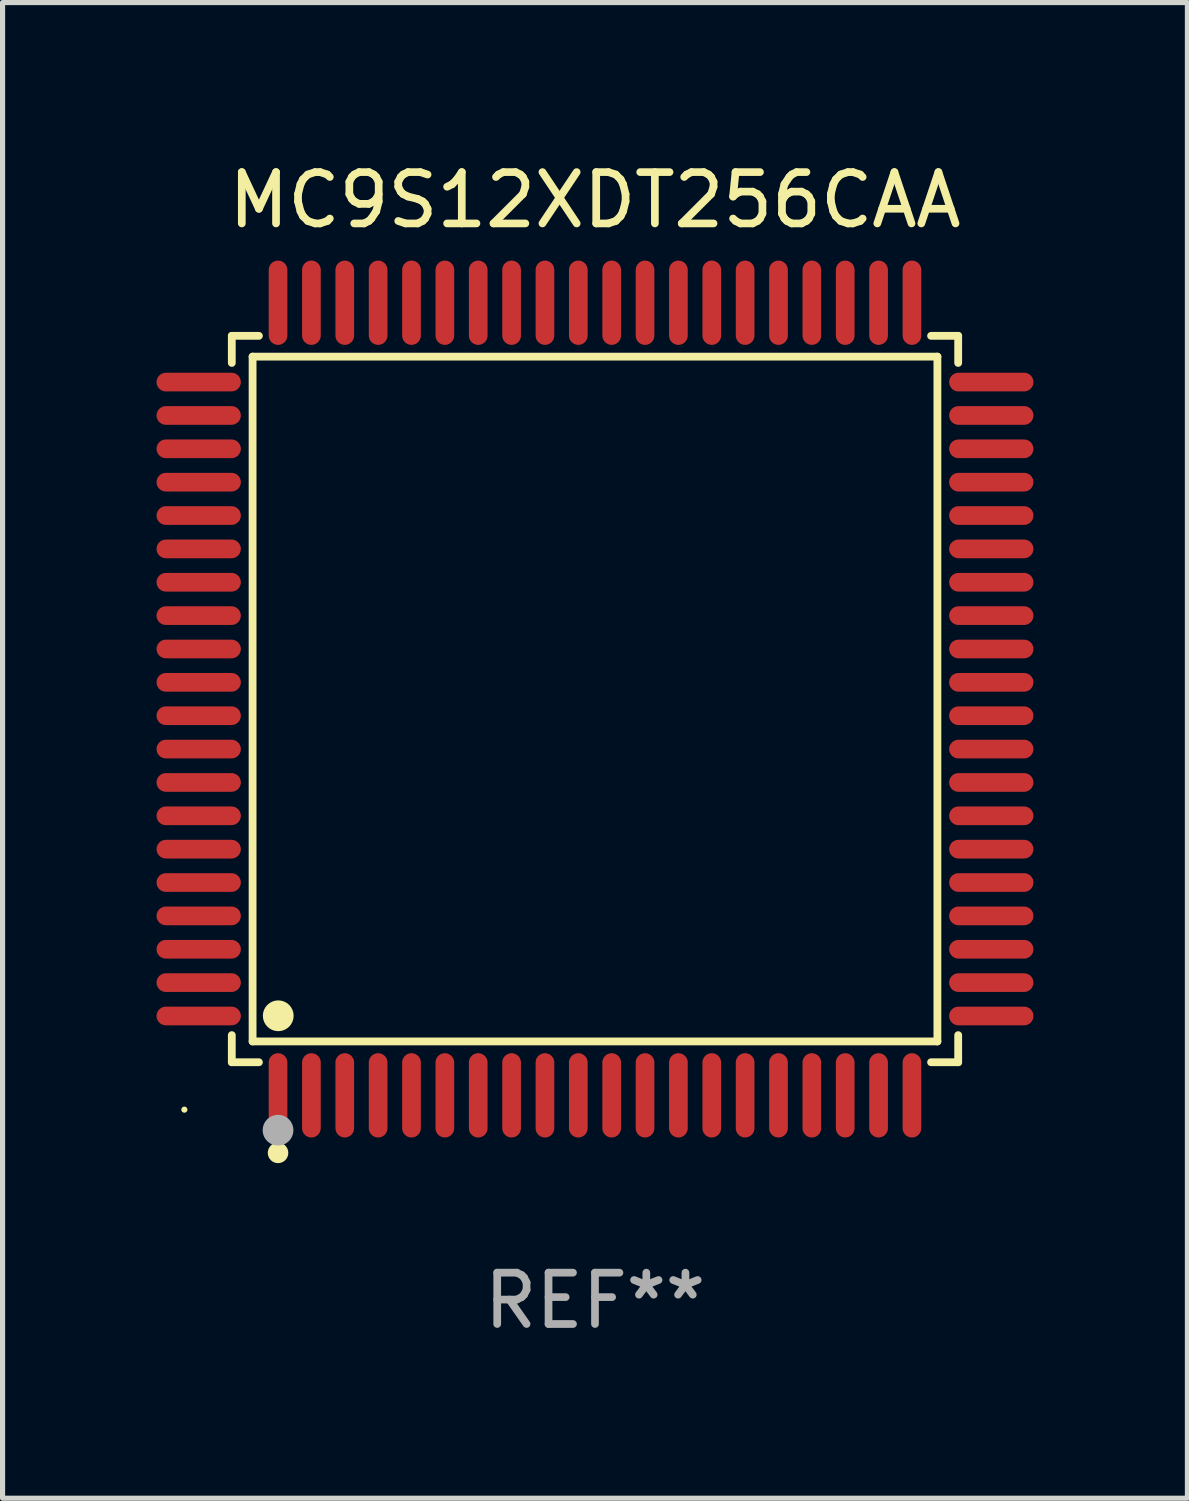
<source format=kicad_pcb>
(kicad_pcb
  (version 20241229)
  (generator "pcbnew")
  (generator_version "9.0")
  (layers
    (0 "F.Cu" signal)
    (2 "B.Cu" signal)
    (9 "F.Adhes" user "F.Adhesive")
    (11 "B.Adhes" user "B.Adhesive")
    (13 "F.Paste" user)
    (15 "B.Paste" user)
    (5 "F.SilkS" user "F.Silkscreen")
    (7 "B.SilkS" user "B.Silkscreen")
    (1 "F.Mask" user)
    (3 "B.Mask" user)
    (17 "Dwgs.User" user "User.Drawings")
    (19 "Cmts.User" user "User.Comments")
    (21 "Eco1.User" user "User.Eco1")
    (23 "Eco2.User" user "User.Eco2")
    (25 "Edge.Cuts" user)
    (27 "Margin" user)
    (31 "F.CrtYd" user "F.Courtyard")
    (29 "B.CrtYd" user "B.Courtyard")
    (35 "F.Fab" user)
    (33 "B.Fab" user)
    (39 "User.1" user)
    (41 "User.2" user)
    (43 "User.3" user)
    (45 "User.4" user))
  (footprint "MC9S12XDT256CAA"
    (layer "F.Cu")
    (at 8.542 10.569)
    (property "Reference" "MC9S12XDT256CAA" (at 0 -9.721 0) (layer "F.SilkS") (effects (font (size 1 1) (thickness 0.15))))
    (attr through_hole)
    (fp_line (start -7.076 -7.076) (end -6.548 -7.076) (stroke (width 0.152) (type solid)) (layer "F.SilkS"))
    (fp_line (start -7.076 -6.548) (end -7.076 -7.076) (stroke (width 0.152) (type solid)) (layer "F.SilkS"))
    (fp_line (start -7.076 6.548) (end -7.076 7.076) (stroke (width 0.152) (type solid)) (layer "F.SilkS"))
    (fp_line (start -7.076 7.076) (end -6.548 7.076) (stroke (width 0.152) (type solid)) (layer "F.SilkS"))
    (fp_line (start -6.671 -6.671) (end 6.671 -6.671) (stroke (width 0.152) (type solid)) (layer "F.SilkS"))
    (fp_line (start -6.671 6.671) (end -6.671 -6.671) (stroke (width 0.152) (type solid)) (layer "F.SilkS"))
    (fp_line (start 6.671 -6.671) (end 6.671 6.671) (stroke (width 0.152) (type solid)) (layer "F.SilkS"))
    (fp_line (start 6.671 6.671) (end -6.671 6.671) (stroke (width 0.152) (type solid)) (layer "F.SilkS"))
    (fp_line (start 7.076 -7.076) (end 6.548 -7.076) (stroke (width 0.152) (type solid)) (layer "F.SilkS"))
    (fp_line (start 7.076 -6.548) (end 7.076 -7.076) (stroke (width 0.152) (type solid)) (layer "F.SilkS"))
    (fp_line (start 7.076 6.548) (end 7.076 7.076) (stroke (width 0.152) (type solid)) (layer "F.SilkS"))
    (fp_line (start 7.076 7.076) (end 6.548 7.076) (stroke (width 0.152) (type solid)) (layer "F.SilkS"))
    (fp_circle (center -8 8) (end -7.97 8) (stroke (width 0.06) (type solid)) (fill no) (layer "F.SilkS"))
    (fp_circle (center -6.175 8.842) (end -6.075 8.842) (stroke (width 0.2) (type solid)) (fill no) (layer "F.SilkS"))
    (fp_circle (center -6.171 6.171) (end -6.021 6.171) (stroke (width 0.3) (type solid)) (fill no) (layer "F.SilkS"))
    (fp_circle (center -6.175 8.4) (end -6.025 8.4) (stroke (width 0.3) (type solid)) (fill no) (layer "F.Fab"))
    (fp_text user "REF**" (at 0 11.721 0) (layer "F.Fab") (effects (font (size 1 1) (thickness 0.15))))
    (pad "1" smd oval (at -6.175 7.721) (size 0.364 1.642) (layers "F.Cu" "F.Mask" "F.Paste"))
    (pad "2" smd oval (at -5.525 7.721) (size 0.364 1.642) (layers "F.Cu" "F.Mask" "F.Paste"))
    (pad "3" smd oval (at -4.875 7.721) (size 0.364 1.642) (layers "F.Cu" "F.Mask" "F.Paste"))
    (pad "4" smd oval (at -4.225 7.721) (size 0.364 1.642) (layers "F.Cu" "F.Mask" "F.Paste"))
    (pad "5" smd oval (at -3.575 7.721) (size 0.364 1.642) (layers "F.Cu" "F.Mask" "F.Paste"))
    (pad "6" smd oval (at -2.925 7.721) (size 0.364 1.642) (layers "F.Cu" "F.Mask" "F.Paste"))
    (pad "7" smd oval (at -2.275 7.721) (size 0.364 1.642) (layers "F.Cu" "F.Mask" "F.Paste"))
    (pad "8" smd oval (at -1.625 7.721) (size 0.364 1.642) (layers "F.Cu" "F.Mask" "F.Paste"))
    (pad "9" smd oval (at -0.975 7.721) (size 0.364 1.642) (layers "F.Cu" "F.Mask" "F.Paste"))
    (pad "10" smd oval (at -0.325 7.721) (size 0.364 1.642) (layers "F.Cu" "F.Mask" "F.Paste"))
    (pad "11" smd oval (at 0.325 7.721) (size 0.364 1.642) (layers "F.Cu" "F.Mask" "F.Paste"))
    (pad "12" smd oval (at 0.975 7.721) (size 0.364 1.642) (layers "F.Cu" "F.Mask" "F.Paste"))
    (pad "13" smd oval (at 1.625 7.721) (size 0.364 1.642) (layers "F.Cu" "F.Mask" "F.Paste"))
    (pad "14" smd oval (at 2.275 7.721) (size 0.364 1.642) (layers "F.Cu" "F.Mask" "F.Paste"))
    (pad "15" smd oval (at 2.925 7.721) (size 0.364 1.642) (layers "F.Cu" "F.Mask" "F.Paste"))
    (pad "16" smd oval (at 3.575 7.721) (size 0.364 1.642) (layers "F.Cu" "F.Mask" "F.Paste"))
    (pad "17" smd oval (at 4.225 7.721) (size 0.364 1.642) (layers "F.Cu" "F.Mask" "F.Paste"))
    (pad "18" smd oval (at 4.875 7.721) (size 0.364 1.642) (layers "F.Cu" "F.Mask" "F.Paste"))
    (pad "19" smd oval (at 5.525 7.721) (size 0.364 1.642) (layers "F.Cu" "F.Mask" "F.Paste"))
    (pad "20" smd oval (at 6.175 7.721) (size 0.364 1.642) (layers "F.Cu" "F.Mask" "F.Paste"))
    (pad "21" smd oval (at 7.721 6.175) (size 1.642 0.364) (layers "F.Cu" "F.Mask" "F.Paste"))
    (pad "22" smd oval (at 7.721 5.525) (size 1.642 0.364) (layers "F.Cu" "F.Mask" "F.Paste"))
    (pad "23" smd oval (at 7.721 4.875) (size 1.642 0.364) (layers "F.Cu" "F.Mask" "F.Paste"))
    (pad "24" smd oval (at 7.721 4.225) (size 1.642 0.364) (layers "F.Cu" "F.Mask" "F.Paste"))
    (pad "25" smd oval (at 7.721 3.575) (size 1.642 0.364) (layers "F.Cu" "F.Mask" "F.Paste"))
    (pad "26" smd oval (at 7.721 2.925) (size 1.642 0.364) (layers "F.Cu" "F.Mask" "F.Paste"))
    (pad "27" smd oval (at 7.721 2.275) (size 1.642 0.364) (layers "F.Cu" "F.Mask" "F.Paste"))
    (pad "28" smd oval (at 7.721 1.625) (size 1.642 0.364) (layers "F.Cu" "F.Mask" "F.Paste"))
    (pad "29" smd oval (at 7.721 0.975) (size 1.642 0.364) (layers "F.Cu" "F.Mask" "F.Paste"))
    (pad "30" smd oval (at 7.721 0.325) (size 1.642 0.364) (layers "F.Cu" "F.Mask" "F.Paste"))
    (pad "31" smd oval (at 7.721 -0.325) (size 1.642 0.364) (layers "F.Cu" "F.Mask" "F.Paste"))
    (pad "32" smd oval (at 7.721 -0.975) (size 1.642 0.364) (layers "F.Cu" "F.Mask" "F.Paste"))
    (pad "33" smd oval (at 7.721 -1.625) (size 1.642 0.364) (layers "F.Cu" "F.Mask" "F.Paste"))
    (pad "34" smd oval (at 7.721 -2.275) (size 1.642 0.364) (layers "F.Cu" "F.Mask" "F.Paste"))
    (pad "35" smd oval (at 7.721 -2.925) (size 1.642 0.364) (layers "F.Cu" "F.Mask" "F.Paste"))
    (pad "36" smd oval (at 7.721 -3.575) (size 1.642 0.364) (layers "F.Cu" "F.Mask" "F.Paste"))
    (pad "37" smd oval (at 7.721 -4.225) (size 1.642 0.364) (layers "F.Cu" "F.Mask" "F.Paste"))
    (pad "38" smd oval (at 7.721 -4.875) (size 1.642 0.364) (layers "F.Cu" "F.Mask" "F.Paste"))
    (pad "39" smd oval (at 7.721 -5.525) (size 1.642 0.364) (layers "F.Cu" "F.Mask" "F.Paste"))
    (pad "40" smd oval (at 7.721 -6.175) (size 1.642 0.364) (layers "F.Cu" "F.Mask" "F.Paste"))
    (pad "41" smd oval (at 6.175 -7.721) (size 0.364 1.642) (layers "F.Cu" "F.Mask" "F.Paste"))
    (pad "42" smd oval (at 5.525 -7.721) (size 0.364 1.642) (layers "F.Cu" "F.Mask" "F.Paste"))
    (pad "43" smd oval (at 4.875 -7.721) (size 0.364 1.642) (layers "F.Cu" "F.Mask" "F.Paste"))
    (pad "44" smd oval (at 4.225 -7.721) (size 0.364 1.642) (layers "F.Cu" "F.Mask" "F.Paste"))
    (pad "45" smd oval (at 3.575 -7.721) (size 0.364 1.642) (layers "F.Cu" "F.Mask" "F.Paste"))
    (pad "46" smd oval (at 2.925 -7.721) (size 0.364 1.642) (layers "F.Cu" "F.Mask" "F.Paste"))
    (pad "47" smd oval (at 2.275 -7.721) (size 0.364 1.642) (layers "F.Cu" "F.Mask" "F.Paste"))
    (pad "48" smd oval (at 1.625 -7.721) (size 0.364 1.642) (layers "F.Cu" "F.Mask" "F.Paste"))
    (pad "49" smd oval (at 0.975 -7.721) (size 0.364 1.642) (layers "F.Cu" "F.Mask" "F.Paste"))
    (pad "50" smd oval (at 0.325 -7.721) (size 0.364 1.642) (layers "F.Cu" "F.Mask" "F.Paste"))
    (pad "51" smd oval (at -0.325 -7.721) (size 0.364 1.642) (layers "F.Cu" "F.Mask" "F.Paste"))
    (pad "52" smd oval (at -0.975 -7.721) (size 0.364 1.642) (layers "F.Cu" "F.Mask" "F.Paste"))
    (pad "53" smd oval (at -1.625 -7.721) (size 0.364 1.642) (layers "F.Cu" "F.Mask" "F.Paste"))
    (pad "54" smd oval (at -2.275 -7.721) (size 0.364 1.642) (layers "F.Cu" "F.Mask" "F.Paste"))
    (pad "55" smd oval (at -2.925 -7.721) (size 0.364 1.642) (layers "F.Cu" "F.Mask" "F.Paste"))
    (pad "56" smd oval (at -3.575 -7.721) (size 0.364 1.642) (layers "F.Cu" "F.Mask" "F.Paste"))
    (pad "57" smd oval (at -4.225 -7.721) (size 0.364 1.642) (layers "F.Cu" "F.Mask" "F.Paste"))
    (pad "58" smd oval (at -4.875 -7.721) (size 0.364 1.642) (layers "F.Cu" "F.Mask" "F.Paste"))
    (pad "59" smd oval (at -5.525 -7.721) (size 0.364 1.642) (layers "F.Cu" "F.Mask" "F.Paste"))
    (pad "60" smd oval (at -6.175 -7.721) (size 0.364 1.642) (layers "F.Cu" "F.Mask" "F.Paste"))
    (pad "61" smd oval (at -7.721 -6.175) (size 1.642 0.364) (layers "F.Cu" "F.Mask" "F.Paste"))
    (pad "62" smd oval (at -7.721 -5.525) (size 1.642 0.364) (layers "F.Cu" "F.Mask" "F.Paste"))
    (pad "63" smd oval (at -7.721 -4.875) (size 1.642 0.364) (layers "F.Cu" "F.Mask" "F.Paste"))
    (pad "64" smd oval (at -7.721 -4.225) (size 1.642 0.364) (layers "F.Cu" "F.Mask" "F.Paste"))
    (pad "65" smd oval (at -7.721 -3.575) (size 1.642 0.364) (layers "F.Cu" "F.Mask" "F.Paste"))
    (pad "66" smd oval (at -7.721 -2.925) (size 1.642 0.364) (layers "F.Cu" "F.Mask" "F.Paste"))
    (pad "67" smd oval (at -7.721 -2.275) (size 1.642 0.364) (layers "F.Cu" "F.Mask" "F.Paste"))
    (pad "68" smd oval (at -7.721 -1.625) (size 1.642 0.364) (layers "F.Cu" "F.Mask" "F.Paste"))
    (pad "69" smd oval (at -7.721 -0.975) (size 1.642 0.364) (layers "F.Cu" "F.Mask" "F.Paste"))
    (pad "70" smd oval (at -7.721 -0.325) (size 1.642 0.364) (layers "F.Cu" "F.Mask" "F.Paste"))
    (pad "71" smd oval (at -7.721 0.325) (size 1.642 0.364) (layers "F.Cu" "F.Mask" "F.Paste"))
    (pad "72" smd oval (at -7.721 0.975) (size 1.642 0.364) (layers "F.Cu" "F.Mask" "F.Paste"))
    (pad "73" smd oval (at -7.721 1.625) (size 1.642 0.364) (layers "F.Cu" "F.Mask" "F.Paste"))
    (pad "74" smd oval (at -7.721 2.275) (size 1.642 0.364) (layers "F.Cu" "F.Mask" "F.Paste"))
    (pad "75" smd oval (at -7.721 2.925) (size 1.642 0.364) (layers "F.Cu" "F.Mask" "F.Paste"))
    (pad "76" smd oval (at -7.721 3.575) (size 1.642 0.364) (layers "F.Cu" "F.Mask" "F.Paste"))
    (pad "77" smd oval (at -7.721 4.225) (size 1.642 0.364) (layers "F.Cu" "F.Mask" "F.Paste"))
    (pad "78" smd oval (at -7.721 4.875) (size 1.642 0.364) (layers "F.Cu" "F.Mask" "F.Paste"))
    (pad "79" smd oval (at -7.721 5.525) (size 1.642 0.364) (layers "F.Cu" "F.Mask" "F.Paste"))
    (pad "80" smd oval (at -7.721 6.175) (size 1.642 0.364) (layers "F.Cu" "F.Mask" "F.Paste")))
  (gr_rect
    (start -3 -3)
    (end 20.084 26.139)
    (stroke (width 0.1) (type default))
    (fill no)
    (layer "Edge.Cuts")))
</source>
